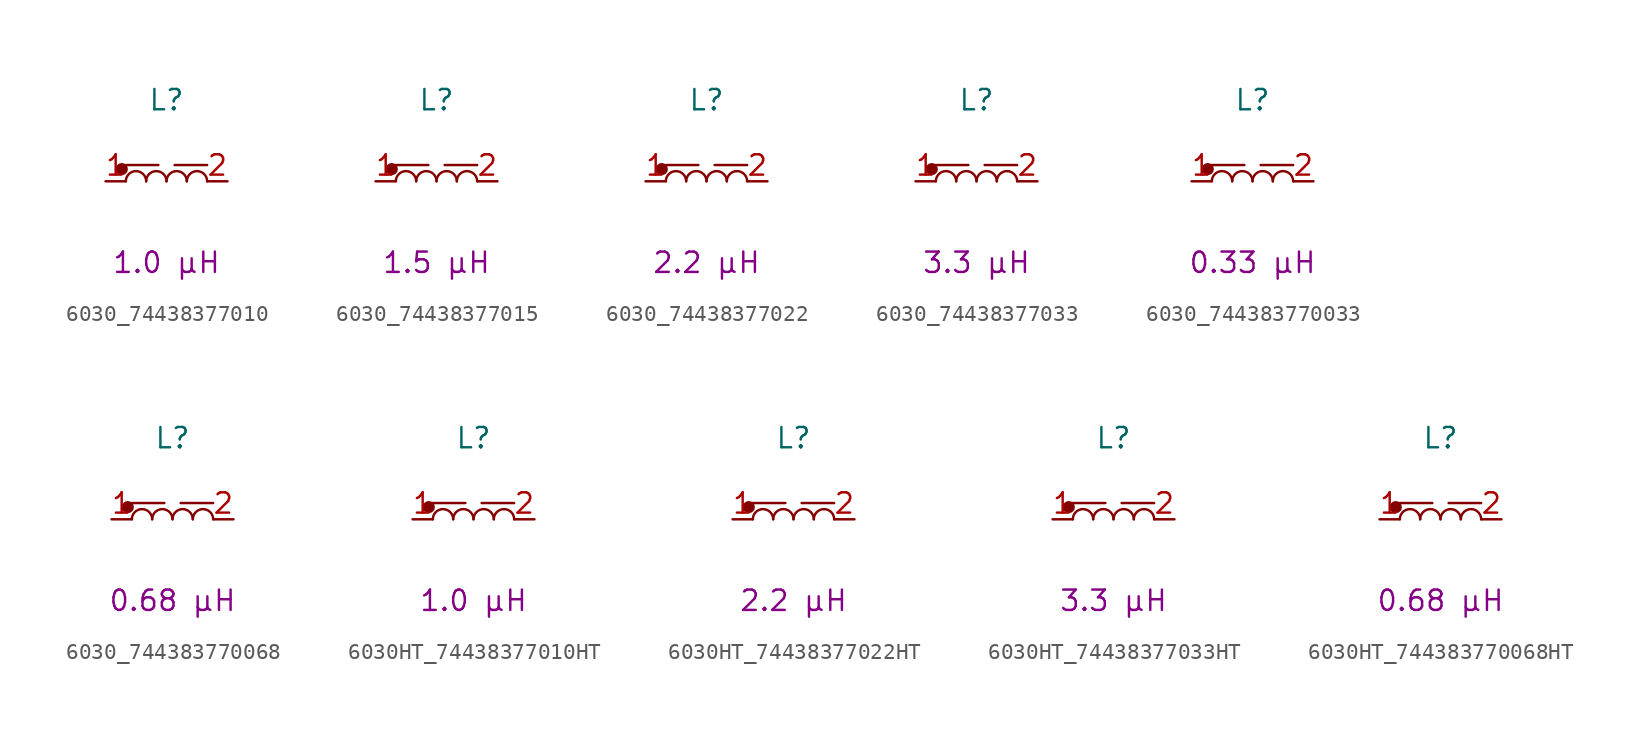
<source format=kicad_sym>
(kicad_symbol_lib
  (version 20241209)
  (generator "kicad_symbol_editor")
  (generator_version "9.0")
  (symbol "6030_74438377010"
    (pin_names
      (hide yes))
    (property "Reference" "L"
      (at 0 5.08 0)
      (effects (font (size 1.27 1.27))))
    (property "Critical Parameter" "1.0 µH"
      (at 0 -5.08 0)
      (effects (font (size 1.27 1.27))))
    (symbol "6030_74438377010_0_1"
      (polyline (pts (xy -2.54 1.016) (xy -0.508 1.016)) (stroke (width 0) (type default)) (fill (type none)))
      (arc (start -2.54 0) (mid -1.905 0.6323) (end -1.27 0) (stroke (width 0) (type default)) (fill (type none)))
      (arc (start -1.27 0) (mid -0.635 0.6323) (end 0 0) (stroke (width 0) (type default)) (fill (type none)))
      (arc (start 0 0) (mid 0.635 0.6323) (end 1.27 0) (stroke (width 0) (type default)) (fill (type none)))
      (arc (start 1.27 0) (mid 1.905 0.6323) (end 2.54 0) (stroke (width 0) (type default)) (fill (type none))))
    (symbol "6030_74438377010_1_1"
      (circle (center -2.794 0.762) (radius 0.0001) (stroke (width 0.381) (type default)) (fill (type none)))
      (polyline (pts (xy 2.54 1.016) (xy 0.508 1.016)) (stroke (width 0) (type default)) (fill (type none)))
      (pin passive line (at -3.81 0 0) (length 1.27) (name "1" (effects (font (size 1.27 1.27)))) (number "1" (effects (font (size 1.27 1.27)))))
      (pin passive line (at 3.81 0 180) (length 1.27) (name "2" (effects (font (size 1.27 1.27)))) (number "2" (effects (font (size 1.27 1.27)))))))
  (symbol "6030_74438377015"
    (pin_names
      (hide yes))
    (property "Reference" "L"
      (at 0 5.08 0)
      (effects (font (size 1.27 1.27))))
    (property "Critical Parameter" "1.5 µH"
      (at 0 -5.08 0)
      (effects (font (size 1.27 1.27))))
    (symbol "6030_74438377015_0_1"
      (polyline (pts (xy -2.54 1.016) (xy -0.508 1.016)) (stroke (width 0) (type default)) (fill (type none)))
      (arc (start -2.54 0) (mid -1.905 0.6323) (end -1.27 0) (stroke (width 0) (type default)) (fill (type none)))
      (arc (start -1.27 0) (mid -0.635 0.6323) (end 0 0) (stroke (width 0) (type default)) (fill (type none)))
      (arc (start 0 0) (mid 0.635 0.6323) (end 1.27 0) (stroke (width 0) (type default)) (fill (type none)))
      (arc (start 1.27 0) (mid 1.905 0.6323) (end 2.54 0) (stroke (width 0) (type default)) (fill (type none))))
    (symbol "6030_74438377015_1_1"
      (circle (center -2.794 0.762) (radius 0.0001) (stroke (width 0.381) (type default)) (fill (type none)))
      (polyline (pts (xy 2.54 1.016) (xy 0.508 1.016)) (stroke (width 0) (type default)) (fill (type none)))
      (pin passive line (at -3.81 0 0) (length 1.27) (name "1" (effects (font (size 1.27 1.27)))) (number "1" (effects (font (size 1.27 1.27)))))
      (pin passive line (at 3.81 0 180) (length 1.27) (name "2" (effects (font (size 1.27 1.27)))) (number "2" (effects (font (size 1.27 1.27)))))))
  (symbol "6030_74438377022"
    (pin_names
      (hide yes))
    (property "Reference" "L"
      (at 0 5.08 0)
      (effects (font (size 1.27 1.27))))
    (property "Critical Parameter" "2.2 µH"
      (at 0 -5.08 0)
      (effects (font (size 1.27 1.27))))
    (symbol "6030_74438377022_0_1"
      (polyline (pts (xy -2.54 1.016) (xy -0.508 1.016)) (stroke (width 0) (type default)) (fill (type none)))
      (arc (start -2.54 0) (mid -1.905 0.6323) (end -1.27 0) (stroke (width 0) (type default)) (fill (type none)))
      (arc (start -1.27 0) (mid -0.635 0.6323) (end 0 0) (stroke (width 0) (type default)) (fill (type none)))
      (arc (start 0 0) (mid 0.635 0.6323) (end 1.27 0) (stroke (width 0) (type default)) (fill (type none)))
      (arc (start 1.27 0) (mid 1.905 0.6323) (end 2.54 0) (stroke (width 0) (type default)) (fill (type none))))
    (symbol "6030_74438377022_1_1"
      (circle (center -2.794 0.762) (radius 0.0001) (stroke (width 0.381) (type default)) (fill (type none)))
      (polyline (pts (xy 2.54 1.016) (xy 0.508 1.016)) (stroke (width 0) (type default)) (fill (type none)))
      (pin passive line (at -3.81 0 0) (length 1.27) (name "1" (effects (font (size 1.27 1.27)))) (number "1" (effects (font (size 1.27 1.27)))))
      (pin passive line (at 3.81 0 180) (length 1.27) (name "2" (effects (font (size 1.27 1.27)))) (number "2" (effects (font (size 1.27 1.27)))))))
  (symbol "6030_74438377033"
    (pin_names
      (hide yes))
    (property "Reference" "L"
      (at 0 5.08 0)
      (effects (font (size 1.27 1.27))))
    (property "Critical Parameter" "3.3 µH"
      (at 0 -5.08 0)
      (effects (font (size 1.27 1.27))))
    (symbol "6030_74438377033_0_1"
      (polyline (pts (xy -2.54 1.016) (xy -0.508 1.016)) (stroke (width 0) (type default)) (fill (type none)))
      (arc (start -2.54 0) (mid -1.905 0.6323) (end -1.27 0) (stroke (width 0) (type default)) (fill (type none)))
      (arc (start -1.27 0) (mid -0.635 0.6323) (end 0 0) (stroke (width 0) (type default)) (fill (type none)))
      (arc (start 0 0) (mid 0.635 0.6323) (end 1.27 0) (stroke (width 0) (type default)) (fill (type none)))
      (arc (start 1.27 0) (mid 1.905 0.6323) (end 2.54 0) (stroke (width 0) (type default)) (fill (type none))))
    (symbol "6030_74438377033_1_1"
      (circle (center -2.794 0.762) (radius 0.0001) (stroke (width 0.381) (type default)) (fill (type none)))
      (polyline (pts (xy 2.54 1.016) (xy 0.508 1.016)) (stroke (width 0) (type default)) (fill (type none)))
      (pin passive line (at -3.81 0 0) (length 1.27) (name "1" (effects (font (size 1.27 1.27)))) (number "1" (effects (font (size 1.27 1.27)))))
      (pin passive line (at 3.81 0 180) (length 1.27) (name "2" (effects (font (size 1.27 1.27)))) (number "2" (effects (font (size 1.27 1.27)))))))
  (symbol "6030_744383770033"
    (pin_names
      (hide yes))
    (property "Reference" "L"
      (at 0 5.08 0)
      (effects (font (size 1.27 1.27))))
    (property "Critical Parameter" "0.33 µH"
      (at 0 -5.08 0)
      (effects (font (size 1.27 1.27))))
    (symbol "6030_744383770033_0_1"
      (polyline (pts (xy -2.54 1.016) (xy -0.508 1.016)) (stroke (width 0) (type default)) (fill (type none)))
      (arc (start -2.54 0) (mid -1.905 0.6323) (end -1.27 0) (stroke (width 0) (type default)) (fill (type none)))
      (arc (start -1.27 0) (mid -0.635 0.6323) (end 0 0) (stroke (width 0) (type default)) (fill (type none)))
      (arc (start 0 0) (mid 0.635 0.6323) (end 1.27 0) (stroke (width 0) (type default)) (fill (type none)))
      (arc (start 1.27 0) (mid 1.905 0.6323) (end 2.54 0) (stroke (width 0) (type default)) (fill (type none))))
    (symbol "6030_744383770033_1_1"
      (circle (center -2.794 0.762) (radius 0.0001) (stroke (width 0.381) (type default)) (fill (type none)))
      (polyline (pts (xy 2.54 1.016) (xy 0.508 1.016)) (stroke (width 0) (type default)) (fill (type none)))
      (pin passive line (at -3.81 0 0) (length 1.27) (name "1" (effects (font (size 1.27 1.27)))) (number "1" (effects (font (size 1.27 1.27)))))
      (pin passive line (at 3.81 0 180) (length 1.27) (name "2" (effects (font (size 1.27 1.27)))) (number "2" (effects (font (size 1.27 1.27)))))))
  (symbol "6030_744383770068"
    (pin_names
      (hide yes))
    (property "Reference" "L"
      (at 0 5.08 0)
      (effects (font (size 1.27 1.27))))
    (property "Critical Parameter" "0.68 µH"
      (at 0 -5.08 0)
      (effects (font (size 1.27 1.27))))
    (symbol "6030_744383770068_0_1"
      (polyline (pts (xy -2.54 1.016) (xy -0.508 1.016)) (stroke (width 0) (type default)) (fill (type none)))
      (arc (start -2.54 0) (mid -1.905 0.6323) (end -1.27 0) (stroke (width 0) (type default)) (fill (type none)))
      (arc (start -1.27 0) (mid -0.635 0.6323) (end 0 0) (stroke (width 0) (type default)) (fill (type none)))
      (arc (start 0 0) (mid 0.635 0.6323) (end 1.27 0) (stroke (width 0) (type default)) (fill (type none)))
      (arc (start 1.27 0) (mid 1.905 0.6323) (end 2.54 0) (stroke (width 0) (type default)) (fill (type none))))
    (symbol "6030_744383770068_1_1"
      (circle (center -2.794 0.762) (radius 0.0001) (stroke (width 0.381) (type default)) (fill (type none)))
      (polyline (pts (xy 2.54 1.016) (xy 0.508 1.016)) (stroke (width 0) (type default)) (fill (type none)))
      (pin passive line (at -3.81 0 0) (length 1.27) (name "1" (effects (font (size 1.27 1.27)))) (number "1" (effects (font (size 1.27 1.27)))))
      (pin passive line (at 3.81 0 180) (length 1.27) (name "2" (effects (font (size 1.27 1.27)))) (number "2" (effects (font (size 1.27 1.27)))))))
  (symbol "6030HT_74438377010HT"
    (pin_names
      (hide yes))
    (property "Reference" "L"
      (at 0 5.08 0)
      (effects (font (size 1.27 1.27))))
    (property "Critical Parameter" "1.0 µH"
      (at 0 -5.08 0)
      (effects (font (size 1.27 1.27))))
    (symbol "6030HT_74438377010HT_0_1"
      (polyline (pts (xy -2.54 1.016) (xy -0.508 1.016)) (stroke (width 0) (type default)) (fill (type none)))
      (arc (start -2.54 0) (mid -1.905 0.6323) (end -1.27 0) (stroke (width 0) (type default)) (fill (type none)))
      (arc (start -1.27 0) (mid -0.635 0.6323) (end 0 0) (stroke (width 0) (type default)) (fill (type none)))
      (arc (start 0 0) (mid 0.635 0.6323) (end 1.27 0) (stroke (width 0) (type default)) (fill (type none)))
      (arc (start 1.27 0) (mid 1.905 0.6323) (end 2.54 0) (stroke (width 0) (type default)) (fill (type none))))
    (symbol "6030HT_74438377010HT_1_1"
      (circle (center -2.794 0.762) (radius 0.0001) (stroke (width 0.381) (type default)) (fill (type none)))
      (polyline (pts (xy 2.54 1.016) (xy 0.508 1.016)) (stroke (width 0) (type default)) (fill (type none)))
      (pin passive line (at -3.81 0 0) (length 1.27) (name "1" (effects (font (size 1.27 1.27)))) (number "1" (effects (font (size 1.27 1.27)))))
      (pin passive line (at 3.81 0 180) (length 1.27) (name "2" (effects (font (size 1.27 1.27)))) (number "2" (effects (font (size 1.27 1.27)))))))
  (symbol "6030HT_74438377022HT"
    (pin_names
      (hide yes))
    (property "Reference" "L"
      (at 0 5.08 0)
      (effects (font (size 1.27 1.27))))
    (property "Critical Parameter" "2.2 µH"
      (at 0 -5.08 0)
      (effects (font (size 1.27 1.27))))
    (symbol "6030HT_74438377022HT_0_1"
      (polyline (pts (xy -2.54 1.016) (xy -0.508 1.016)) (stroke (width 0) (type default)) (fill (type none)))
      (arc (start -2.54 0) (mid -1.905 0.6323) (end -1.27 0) (stroke (width 0) (type default)) (fill (type none)))
      (arc (start -1.27 0) (mid -0.635 0.6323) (end 0 0) (stroke (width 0) (type default)) (fill (type none)))
      (arc (start 0 0) (mid 0.635 0.6323) (end 1.27 0) (stroke (width 0) (type default)) (fill (type none)))
      (arc (start 1.27 0) (mid 1.905 0.6323) (end 2.54 0) (stroke (width 0) (type default)) (fill (type none))))
    (symbol "6030HT_74438377022HT_1_1"
      (circle (center -2.794 0.762) (radius 0.0001) (stroke (width 0.381) (type default)) (fill (type none)))
      (polyline (pts (xy 2.54 1.016) (xy 0.508 1.016)) (stroke (width 0) (type default)) (fill (type none)))
      (pin passive line (at -3.81 0 0) (length 1.27) (name "1" (effects (font (size 1.27 1.27)))) (number "1" (effects (font (size 1.27 1.27)))))
      (pin passive line (at 3.81 0 180) (length 1.27) (name "2" (effects (font (size 1.27 1.27)))) (number "2" (effects (font (size 1.27 1.27)))))))
  (symbol "6030HT_74438377033HT"
    (pin_names
      (hide yes))
    (property "Reference" "L"
      (at 0 5.08 0)
      (effects (font (size 1.27 1.27))))
    (property "Critical Parameter" "3.3 µH"
      (at 0 -5.08 0)
      (effects (font (size 1.27 1.27))))
    (symbol "6030HT_74438377033HT_0_1"
      (polyline (pts (xy -2.54 1.016) (xy -0.508 1.016)) (stroke (width 0) (type default)) (fill (type none)))
      (arc (start -2.54 0) (mid -1.905 0.6323) (end -1.27 0) (stroke (width 0) (type default)) (fill (type none)))
      (arc (start -1.27 0) (mid -0.635 0.6323) (end 0 0) (stroke (width 0) (type default)) (fill (type none)))
      (arc (start 0 0) (mid 0.635 0.6323) (end 1.27 0) (stroke (width 0) (type default)) (fill (type none)))
      (arc (start 1.27 0) (mid 1.905 0.6323) (end 2.54 0) (stroke (width 0) (type default)) (fill (type none))))
    (symbol "6030HT_74438377033HT_1_1"
      (circle (center -2.794 0.762) (radius 0.0001) (stroke (width 0.381) (type default)) (fill (type none)))
      (polyline (pts (xy 2.54 1.016) (xy 0.508 1.016)) (stroke (width 0) (type default)) (fill (type none)))
      (pin passive line (at -3.81 0 0) (length 1.27) (name "1" (effects (font (size 1.27 1.27)))) (number "1" (effects (font (size 1.27 1.27)))))
      (pin passive line (at 3.81 0 180) (length 1.27) (name "2" (effects (font (size 1.27 1.27)))) (number "2" (effects (font (size 1.27 1.27)))))))
  (symbol "6030HT_744383770068HT"
    (pin_names
      (hide yes))
    (property "Reference" "L"
      (at 0 5.08 0)
      (effects (font (size 1.27 1.27))))
    (property "Critical Parameter" "0.68 µH"
      (at 0 -5.08 0)
      (effects (font (size 1.27 1.27))))
    (symbol "6030HT_744383770068HT_0_1"
      (polyline (pts (xy -2.54 1.016) (xy -0.508 1.016)) (stroke (width 0) (type default)) (fill (type none)))
      (arc (start -2.54 0) (mid -1.905 0.6323) (end -1.27 0) (stroke (width 0) (type default)) (fill (type none)))
      (arc (start -1.27 0) (mid -0.635 0.6323) (end 0 0) (stroke (width 0) (type default)) (fill (type none)))
      (arc (start 0 0) (mid 0.635 0.6323) (end 1.27 0) (stroke (width 0) (type default)) (fill (type none)))
      (arc (start 1.27 0) (mid 1.905 0.6323) (end 2.54 0) (stroke (width 0) (type default)) (fill (type none))))
    (symbol "6030HT_744383770068HT_1_1"
      (circle (center -2.794 0.762) (radius 0.0001) (stroke (width 0.381) (type default)) (fill (type none)))
      (polyline (pts (xy 2.54 1.016) (xy 0.508 1.016)) (stroke (width 0) (type default)) (fill (type none)))
      (pin passive line (at -3.81 0 0) (length 1.27) (name "1" (effects (font (size 1.27 1.27)))) (number "1" (effects (font (size 1.27 1.27)))))
      (pin passive line (at 3.81 0 180) (length 1.27) (name "2" (effects (font (size 1.27 1.27)))) (number "2" (effects (font (size 1.27 1.27))))))))
</source>
